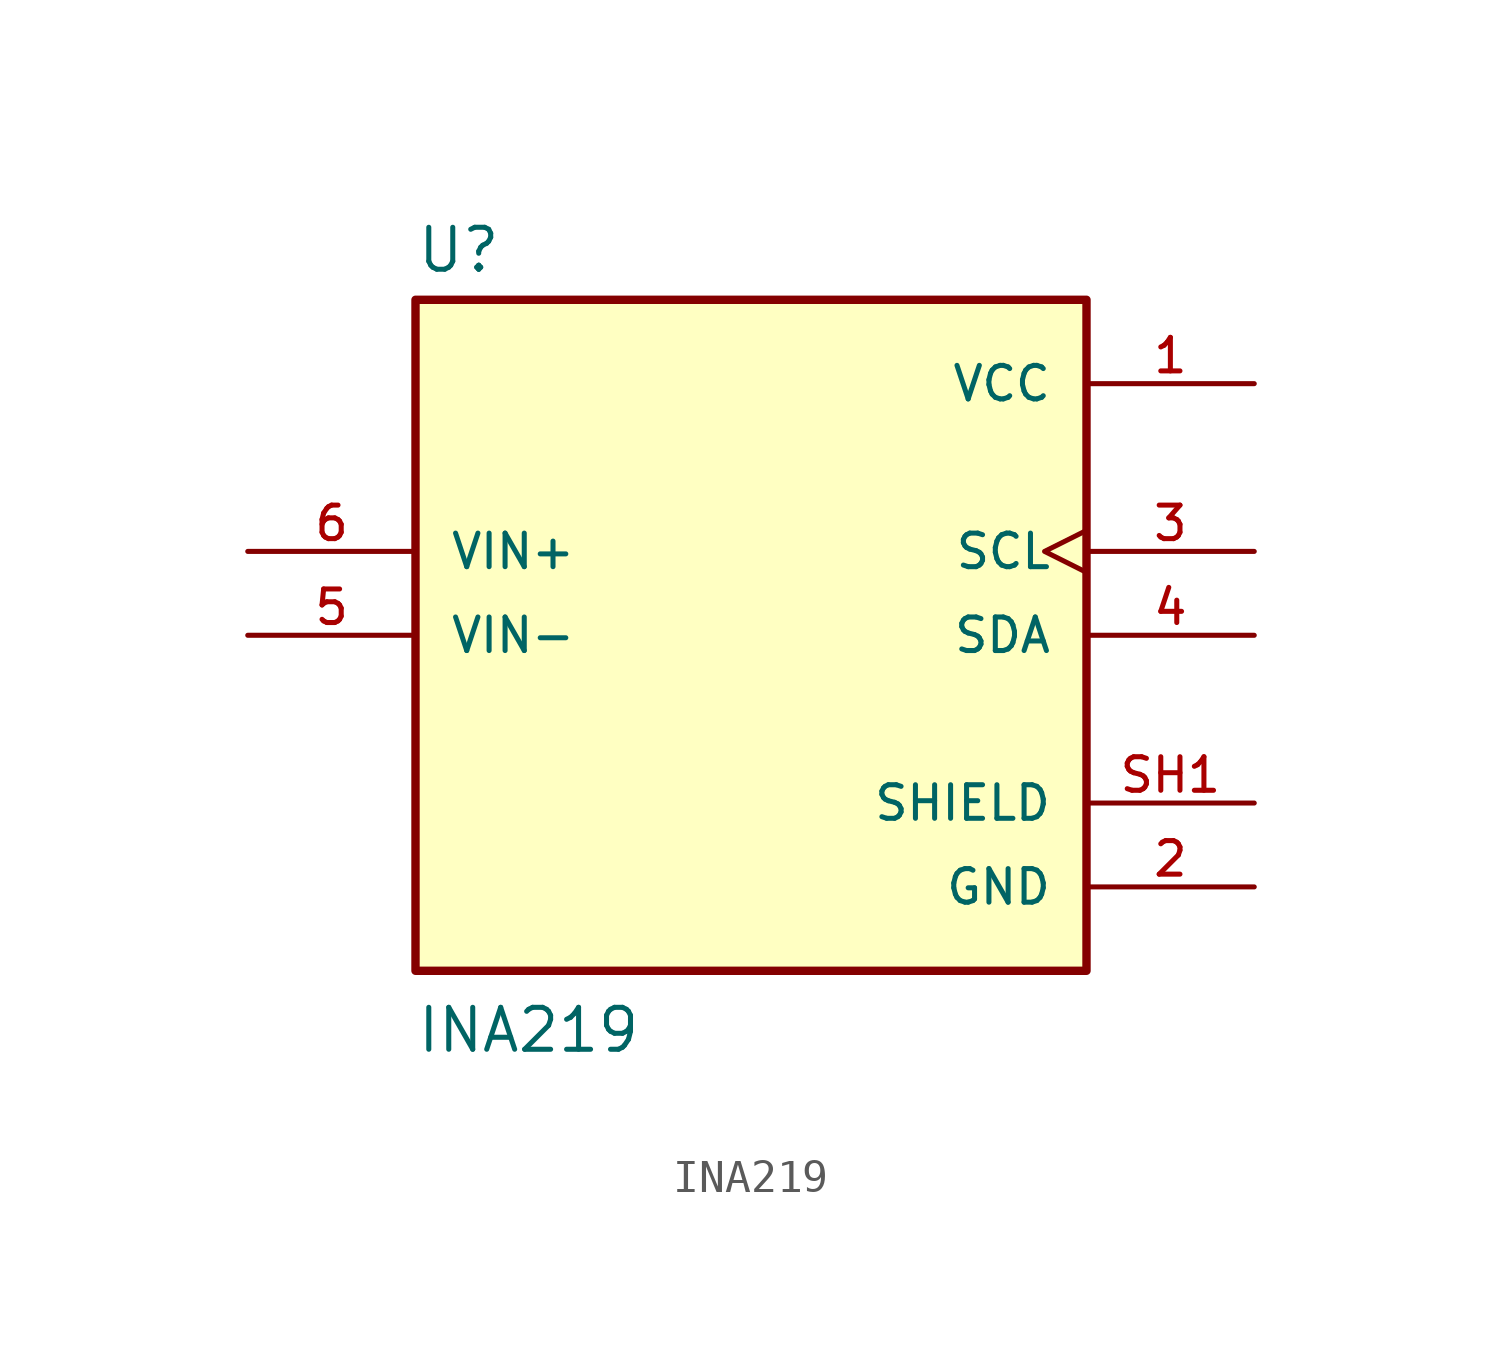
<source format=kicad_sym>
(kicad_symbol_lib
  (version 20241209)
  (generator "kicad_symbol_editor")
  (generator_version "9.0")
  (symbol "INA219"
    (pin_names
      (offset 1.016))
    (property "Reference" "U"
      (at -10.16 10.922 0)
      (effects (font (size 1.27 1.27)) (justify left bottom)))
    (property "Value" "INA219"
      (at -10.16 -12.7 0)
      (effects (font (size 1.27 1.27)) (justify left bottom)))
    (symbol "INA219_0_0"
      (rectangle (start -10.16 -10.16) (end 10.16 10.16) (stroke (width 0.254) (type default)) (fill (type background)))
      (pin input line (at -15.24 2.54 0) (length 5.08) (name "VIN+" (effects (font (size 1.016 1.016)))) (number "6" (effects (font (size 1.016 1.016)))))
      (pin input line (at -15.24 2.54 0) (length 5.08) (hide yes) (name "VIN+" (effects (font (size 1.016 1.016)))) (number "VIN+" (effects (font (size 1.016 1.016)))))
      (pin input line (at -15.24 0 0) (length 5.08) (name "VIN-" (effects (font (size 1.016 1.016)))) (number "5" (effects (font (size 1.016 1.016)))))
      (pin input line (at -15.24 0 0) (length 5.08) (hide yes) (name "VIN-" (effects (font (size 1.016 1.016)))) (number "VIN-" (effects (font (size 1.016 1.016)))))
      (pin power_in line (at 15.24 7.62 180) (length 5.08) (name "VCC" (effects (font (size 1.016 1.016)))) (number "1" (effects (font (size 1.016 1.016)))))
      (pin input clock (at 15.24 2.54 180) (length 5.08) (name "SCL" (effects (font (size 1.016 1.016)))) (number "3" (effects (font (size 1.016 1.016)))))
      (pin bidirectional line (at 15.24 0 180) (length 5.08) (name "SDA" (effects (font (size 1.016 1.016)))) (number "4" (effects (font (size 1.016 1.016)))))
      (pin passive line (at 15.24 -5.08 180) (length 5.08) (name "SHIELD" (effects (font (size 1.016 1.016)))) (number "SH1" (effects (font (size 1.016 1.016)))))
      (pin passive line (at 15.24 -5.08 180) (length 5.08) (hide yes) (name "SHIELD" (effects (font (size 1.016 1.016)))) (number "SH2" (effects (font (size 1.016 1.016)))))
      (pin passive line (at 15.24 -5.08 180) (length 5.08) (hide yes) (name "SHIELD" (effects (font (size 1.016 1.016)))) (number "SH3" (effects (font (size 1.016 1.016)))))
      (pin passive line (at 15.24 -5.08 180) (length 5.08) (hide yes) (name "SHIELD" (effects (font (size 1.016 1.016)))) (number "SH4" (effects (font (size 1.016 1.016)))))
      (pin power_in line (at 15.24 -7.62 180) (length 5.08) (name "GND" (effects (font (size 1.016 1.016)))) (number "2" (effects (font (size 1.016 1.016))))))))
</source>
